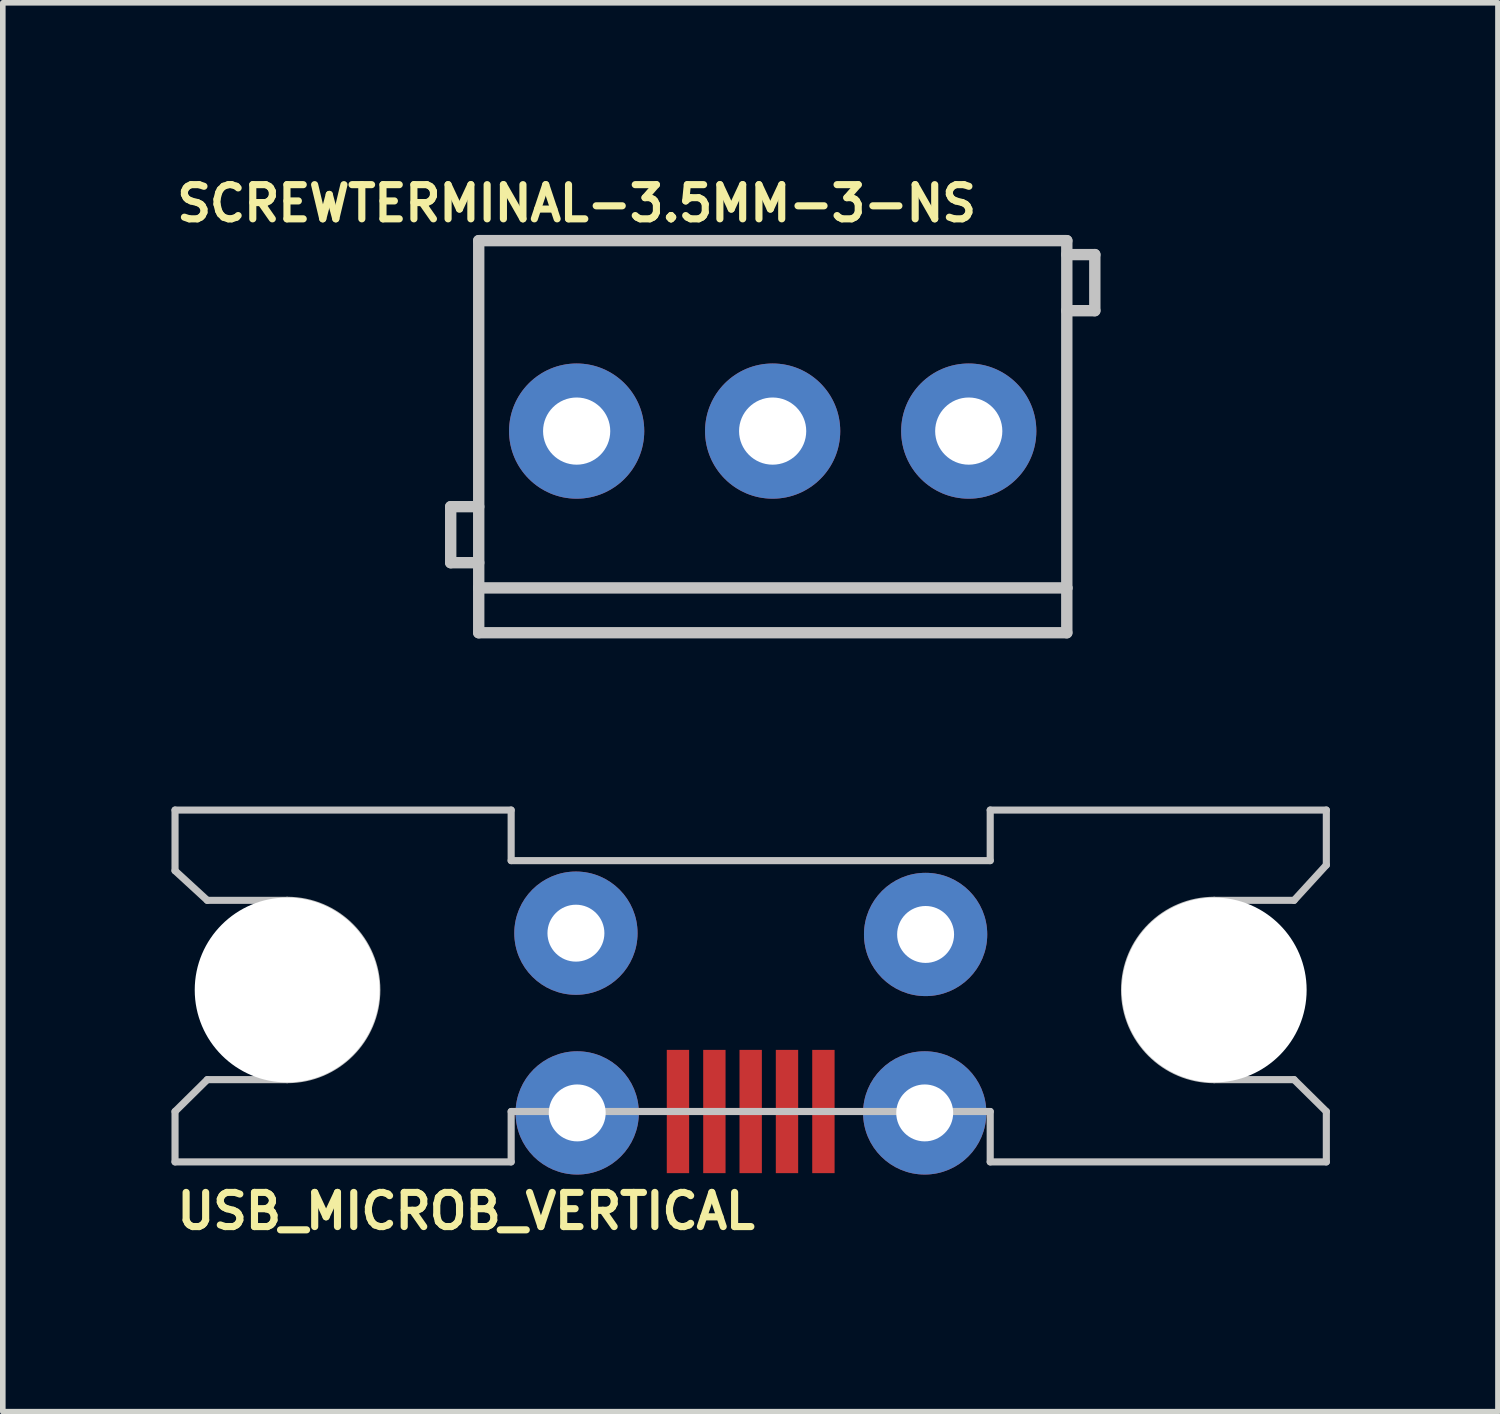
<source format=kicad_pcb>
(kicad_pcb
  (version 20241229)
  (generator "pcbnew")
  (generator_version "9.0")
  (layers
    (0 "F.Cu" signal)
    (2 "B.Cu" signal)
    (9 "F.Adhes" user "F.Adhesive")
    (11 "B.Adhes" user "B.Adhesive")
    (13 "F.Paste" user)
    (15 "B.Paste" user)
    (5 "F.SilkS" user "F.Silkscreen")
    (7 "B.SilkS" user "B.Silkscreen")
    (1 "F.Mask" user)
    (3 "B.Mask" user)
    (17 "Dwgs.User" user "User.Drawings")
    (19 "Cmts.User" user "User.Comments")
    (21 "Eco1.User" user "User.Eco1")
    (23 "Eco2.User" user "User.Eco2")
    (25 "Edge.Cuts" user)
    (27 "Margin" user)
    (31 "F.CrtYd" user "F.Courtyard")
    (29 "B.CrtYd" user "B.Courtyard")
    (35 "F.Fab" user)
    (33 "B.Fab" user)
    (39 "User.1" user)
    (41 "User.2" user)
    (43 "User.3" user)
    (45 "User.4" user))
  (footprint "SCREWTERMINAL-3.5MM-3-NS"
    (layer "F.Cu")
    (at 7.242 4.644)
    (property "Reference" "SCREWTERMINAL-3.5MM-3-NS" (at 0 -4.064 0) (layer "F.SilkS") (effects (font (size 0.61 0.61) (thickness 0.127))))
    (attr exclude_from_pos_files exclude_from_bom)
    (fp_line (start -2.248 1.349) (end -2.248 2.349) (stroke (width 0.203) (type solid)) (layer "Dwgs.User"))
    (fp_line (start -2.248 2.349) (end -1.748 2.349) (stroke (width 0.203) (type solid)) (layer "Dwgs.User"))
    (fp_line (start -1.748 -3.399) (end 8.748 -3.399) (stroke (width 0.203) (type solid)) (layer "Dwgs.User"))
    (fp_line (start -1.748 1.349) (end -2.248 1.349) (stroke (width 0.203) (type solid)) (layer "Dwgs.User"))
    (fp_line (start -1.748 2.799) (end -1.748 -3.399) (stroke (width 0.203) (type solid)) (layer "Dwgs.User"))
    (fp_line (start -1.748 3.599) (end -1.748 2.799) (stroke (width 0.203) (type solid)) (layer "Dwgs.User"))
    (fp_line (start 8.748 -3.399) (end 8.748 2.799) (stroke (width 0.203) (type solid)) (layer "Dwgs.User"))
    (fp_line (start 8.748 -3.15) (end 9.248 -3.15) (stroke (width 0.203) (type solid)) (layer "Dwgs.User"))
    (fp_line (start 8.748 2.799) (end -1.748 2.799) (stroke (width 0.203) (type solid)) (layer "Dwgs.User"))
    (fp_line (start 8.748 2.799) (end 8.748 3.599) (stroke (width 0.203) (type solid)) (layer "Dwgs.User"))
    (fp_line (start 8.748 3.599) (end -1.748 3.599) (stroke (width 0.203) (type solid)) (layer "Dwgs.User"))
    (fp_line (start 9.248 -3.15) (end 9.248 -2.149) (stroke (width 0.203) (type solid)) (layer "Dwgs.User"))
    (fp_line (start 9.248 -2.149) (end 8.748 -2.149) (stroke (width 0.203) (type solid)) (layer "Dwgs.User"))
    (pad "1" thru_hole circle (at 0 0) (size 2.413 2.413) (drill 1.199) (layers "*.Cu" "*.Mask"))
    (pad "2" thru_hole circle (at 3.498 0) (size 2.413 2.413) (drill 1.199) (layers "*.Cu" "*.Mask"))
    (pad "3" thru_hole circle (at 6.998 0) (size 2.413 2.413) (drill 1.199) (layers "*.Cu" "*.Mask")))
  (footprint "USB_MICROB_VERTICAL"
    (layer "F.Cu")
    (at 10.348 16.788)
    (property "Reference" "USB_MICROB_VERTICAL" (at -5.08 1.778 0) (layer "F.SilkS") (effects (font (size 0.61 0.61) (thickness 0.127))))
    (attr smd)
    (fp_line (start -10.274 -5.38) (end -4.275 -5.38) (stroke (width 0.127) (type solid)) (layer "Dwgs.User"))
    (fp_line (start -10.274 -4.298) (end -10.274 -5.38) (stroke (width 0.127) (type solid)) (layer "Dwgs.User"))
    (fp_line (start -10.274 0) (end -10.274 0.899) (stroke (width 0.127) (type solid)) (layer "Dwgs.User"))
    (fp_line (start -10.274 0.899) (end -4.275 0.899) (stroke (width 0.127) (type solid)) (layer "Dwgs.User"))
    (fp_line (start -9.698 -3.769) (end -10.274 -4.298) (stroke (width 0.127) (type solid)) (layer "Dwgs.User"))
    (fp_line (start -9.698 -3.769) (end -8.273 -3.769) (stroke (width 0.127) (type solid)) (layer "Dwgs.User"))
    (fp_line (start -9.698 -0.569) (end -10.274 0) (stroke (width 0.127) (type solid)) (layer "Dwgs.User"))
    (fp_line (start -9.698 -0.569) (end -8.273 -0.569) (stroke (width 0.127) (type solid)) (layer "Dwgs.User"))
    (fp_line (start -4.275 -5.38) (end -4.275 -4.478) (stroke (width 0.127) (type solid)) (layer "Dwgs.User"))
    (fp_line (start -4.275 -4.478) (end 4.275 -4.478) (stroke (width 0.127) (type solid)) (layer "Dwgs.User"))
    (fp_line (start -4.275 0) (end 4.275 0) (stroke (width 0.127) (type solid)) (layer "Dwgs.User"))
    (fp_line (start -4.275 0.899) (end -4.275 0) (stroke (width 0.127) (type solid)) (layer "Dwgs.User"))
    (fp_line (start 4.275 -5.38) (end 4.275 -4.478) (stroke (width 0.127) (type solid)) (layer "Dwgs.User"))
    (fp_line (start 4.275 0.899) (end 4.275 0) (stroke (width 0.127) (type solid)) (layer "Dwgs.User"))
    (fp_line (start 9.698 -3.769) (end 8.273 -3.769) (stroke (width 0.127) (type solid)) (layer "Dwgs.User"))
    (fp_line (start 9.698 -3.769) (end 10.274 -4.399) (stroke (width 0.127) (type solid)) (layer "Dwgs.User"))
    (fp_line (start 9.698 -0.569) (end 8.273 -0.569) (stroke (width 0.127) (type solid)) (layer "Dwgs.User"))
    (fp_line (start 9.698 -0.569) (end 10.274 0) (stroke (width 0.127) (type solid)) (layer "Dwgs.User"))
    (fp_line (start 10.274 -5.38) (end 4.275 -5.38) (stroke (width 0.127) (type solid)) (layer "Dwgs.User"))
    (fp_line (start 10.274 -4.399) (end 10.274 -5.38) (stroke (width 0.127) (type solid)) (layer "Dwgs.User"))
    (fp_line (start 10.274 0) (end 10.274 0.899) (stroke (width 0.127) (type solid)) (layer "Dwgs.User"))
    (fp_line (start 10.274 0.899) (end 4.275 0.899) (stroke (width 0.127) (type solid)) (layer "Dwgs.User"))
    (fp_arc (start -8.27278 -3.76936) (mid -6.67258 -2.16916) (end -8.27278 -0.56896) (stroke (width 0.127) (type solid)) (layer "Dwgs.User"))
    (fp_arc (start 8.27278 -0.56896) (mid 6.67258 -2.16916) (end 8.27278 -3.76936) (stroke (width 0.127) (type solid)) (layer "Dwgs.User"))
    (pad "" np_thru_hole circle (at -8.273 -2.169) (size 3.299 3.299) (drill 3.299) (layers "*.Cu" "*.Mask"))
    (pad "" np_thru_hole circle (at 8.273 -2.169) (size 3.299 3.299) (drill 3.299) (layers "*.Cu" "*.Mask"))
    (pad "D+" smd rect (at 0 0 90) (size 2.2 0.399) (layers "F.Cu" "F.Mask" "F.Paste"))
    (pad "D-" smd rect (at -0.648 0 90) (size 2.2 0.399) (layers "F.Cu" "F.Mask" "F.Paste"))
    (pad "GND" smd rect (at 1.298 0 90) (size 2.2 0.399) (layers "F.Cu" "F.Mask" "F.Paste"))
    (pad "ID" smd rect (at 0.648 0 90) (size 2.2 0.399) (layers "F.Cu" "F.Mask" "F.Paste"))
    (pad "SHLD" thru_hole circle (at -3.119 -3.183 90) (size 2.2 2.2) (drill 1.016) (layers "*.Cu" "*.Mask"))
    (pad "SHLD" thru_hole circle (at -3.096 0.025 90) (size 2.2 2.2) (drill 1.016) (layers "*.Cu" "*.Mask"))
    (pad "SHLD" thru_hole circle (at 3.106 0.025 90) (size 2.2 2.2) (drill 1.016) (layers "*.Cu" "*.Mask"))
    (pad "SHLD" thru_hole circle (at 3.122 -3.16 90) (size 2.2 2.2) (drill 1.016) (layers "*.Cu" "*.Mask"))
    (pad "VBUS" smd rect (at -1.298 0 90) (size 2.2 0.399) (layers "F.Cu" "F.Mask" "F.Paste")))
  (gr_rect
    (start -3 -3)
    (end 23.685 22.145)
    (stroke (width 0.1) (type default))
    (fill no)
    (layer "Edge.Cuts")))
</source>
